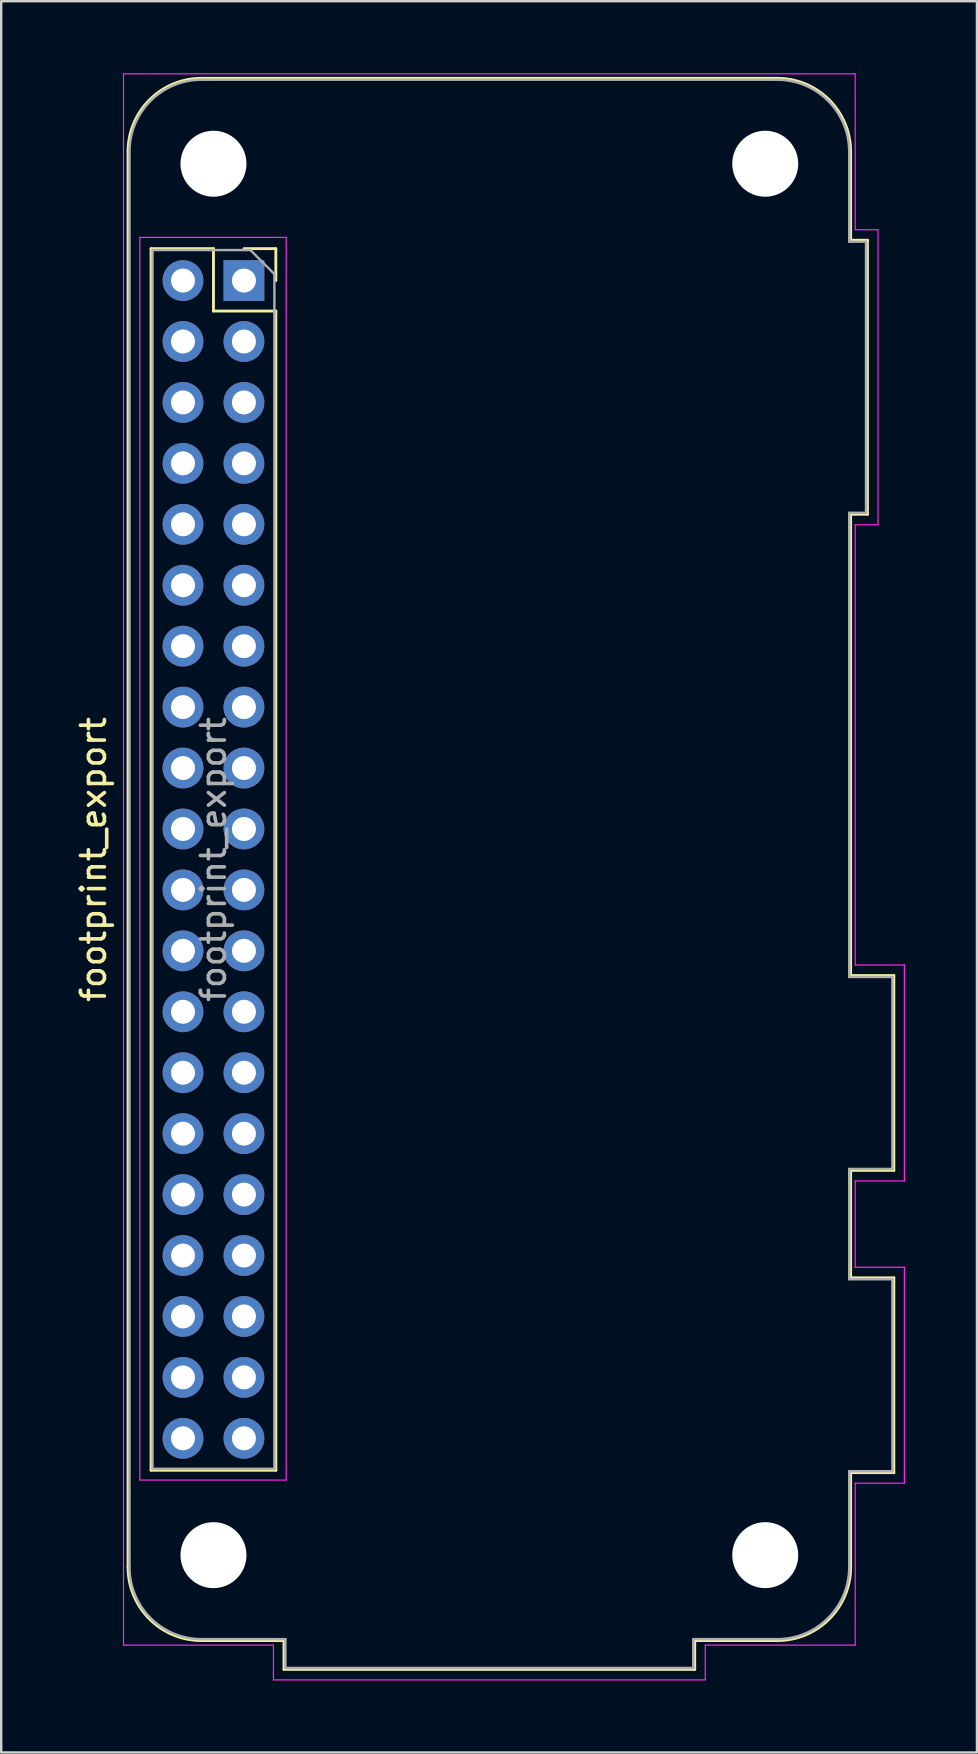
<source format=kicad_pcb>
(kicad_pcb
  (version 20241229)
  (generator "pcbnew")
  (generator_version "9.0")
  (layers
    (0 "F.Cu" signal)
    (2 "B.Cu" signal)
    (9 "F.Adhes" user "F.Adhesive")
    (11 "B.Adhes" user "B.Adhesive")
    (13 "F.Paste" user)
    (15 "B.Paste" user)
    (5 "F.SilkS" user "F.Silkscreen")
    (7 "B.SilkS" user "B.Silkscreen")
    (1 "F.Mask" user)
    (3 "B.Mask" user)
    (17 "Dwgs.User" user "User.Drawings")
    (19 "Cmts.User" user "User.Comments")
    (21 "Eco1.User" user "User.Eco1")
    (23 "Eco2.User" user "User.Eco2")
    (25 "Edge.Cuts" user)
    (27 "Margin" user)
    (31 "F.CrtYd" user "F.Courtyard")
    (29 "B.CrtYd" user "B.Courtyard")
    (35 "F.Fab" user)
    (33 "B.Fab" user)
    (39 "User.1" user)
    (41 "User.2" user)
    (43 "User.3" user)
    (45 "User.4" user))
  (footprint "footprint_export"
    (layer "F.Cu")
    (at 7.118 8.645)
    (property "Reference" "footprint_export" (at -6.27 24.13 90) (layer "F.SilkS") (effects (font (size 1 1) (thickness 0.15))))
    (attr through_hole)
    (fp_line (start -4.83 53.63) (end -4.83 -5.37) (stroke (width 0.12) (type solid)) (layer "F.SilkS"))
    (fp_line (start -3.87 -1.33) (end -3.87 49.59) (stroke (width 0.12) (type solid)) (layer "F.SilkS"))
    (fp_line (start -3.87 -1.33) (end -1.27 -1.33) (stroke (width 0.12) (type solid)) (layer "F.SilkS"))
    (fp_line (start -3.87 49.59) (end 1.33 49.59) (stroke (width 0.12) (type solid)) (layer "F.SilkS"))
    (fp_line (start -1.77 -8.43) (end 22.23 -8.43) (stroke (width 0.12) (type solid)) (layer "F.SilkS"))
    (fp_line (start -1.27 -1.33) (end -1.27 1.27) (stroke (width 0.12) (type solid)) (layer "F.SilkS"))
    (fp_line (start -1.27 1.27) (end 1.33 1.27) (stroke (width 0.12) (type solid)) (layer "F.SilkS"))
    (fp_line (start 0 -1.33) (end 1.33 -1.33) (stroke (width 0.12) (type solid)) (layer "F.SilkS"))
    (fp_line (start 1.33 -1.33) (end 1.33 0) (stroke (width 0.12) (type solid)) (layer "F.SilkS"))
    (fp_line (start 1.33 1.27) (end 1.33 49.59) (stroke (width 0.12) (type solid)) (layer "F.SilkS"))
    (fp_line (start 1.67 56.69) (end -1.77 56.69) (stroke (width 0.12) (type solid)) (layer "F.SilkS"))
    (fp_line (start 1.67 56.69) (end 1.67 57.89) (stroke (width 0.12) (type solid)) (layer "F.SilkS"))
    (fp_line (start 1.67 57.89) (end 18.79 57.89) (stroke (width 0.12) (type solid)) (layer "F.SilkS"))
    (fp_line (start 18.79 56.69) (end 22.23 56.69) (stroke (width 0.12) (type solid)) (layer "F.SilkS"))
    (fp_line (start 18.79 57.89) (end 18.79 56.69) (stroke (width 0.12) (type solid)) (layer "F.SilkS"))
    (fp_line (start 25.29 -1.68) (end 25.29 -5.37) (stroke (width 0.12) (type solid)) (layer "F.SilkS"))
    (fp_line (start 25.29 9.74) (end 25.99 9.74) (stroke (width 0.12) (type solid)) (layer "F.SilkS"))
    (fp_line (start 25.29 28.97) (end 25.29 9.74) (stroke (width 0.12) (type solid)) (layer "F.SilkS"))
    (fp_line (start 25.29 37.09) (end 27.09 37.09) (stroke (width 0.12) (type solid)) (layer "F.SilkS"))
    (fp_line (start 25.29 41.57) (end 25.29 37.09) (stroke (width 0.12) (type solid)) (layer "F.SilkS"))
    (fp_line (start 25.29 49.69) (end 27.09 49.69) (stroke (width 0.12) (type solid)) (layer "F.SilkS"))
    (fp_line (start 25.29 53.63) (end 25.29 49.69) (stroke (width 0.12) (type solid)) (layer "F.SilkS"))
    (fp_line (start 25.99 -1.68) (end 25.29 -1.68) (stroke (width 0.12) (type solid)) (layer "F.SilkS"))
    (fp_line (start 25.99 9.74) (end 25.99 -1.68) (stroke (width 0.12) (type solid)) (layer "F.SilkS"))
    (fp_line (start 27.09 28.97) (end 25.29 28.97) (stroke (width 0.12) (type solid)) (layer "F.SilkS"))
    (fp_line (start 27.09 37.09) (end 27.09 28.97) (stroke (width 0.12) (type solid)) (layer "F.SilkS"))
    (fp_line (start 27.09 41.57) (end 25.29 41.57) (stroke (width 0.12) (type solid)) (layer "F.SilkS"))
    (fp_line (start 27.09 49.69) (end 27.09 41.57) (stroke (width 0.12) (type solid)) (layer "F.SilkS"))
    (fp_arc (start -4.83 -5.37) (mid -3.933747 -7.533747) (end -1.77 -8.43) (stroke (width 0.12) (type solid)) (layer "F.SilkS"))
    (fp_arc (start -1.77 56.69) (mid -3.933747 55.793747) (end -4.83 53.63) (stroke (width 0.12) (type solid)) (layer "F.SilkS"))
    (fp_arc (start 22.23 -8.43) (mid 24.393747 -7.533747) (end 25.29 -5.37) (stroke (width 0.12) (type solid)) (layer "F.SilkS"))
    (fp_arc (start 25.29 53.63) (mid 24.393747 55.793747) (end 22.23 56.69) (stroke (width 0.12) (type solid)) (layer "F.SilkS"))
    (fp_line (start -5.02 -8.62) (end 25.48 -8.62) (stroke (width 0.05) (type solid)) (layer "F.CrtYd"))
    (fp_line (start -5.02 56.88) (end -5.02 -8.62) (stroke (width 0.05) (type solid)) (layer "F.CrtYd"))
    (fp_line (start -5.02 56.88) (end 1.23 56.88) (stroke (width 0.05) (type solid)) (layer "F.CrtYd"))
    (fp_line (start -4.34 -1.8) (end 1.76 -1.8) (stroke (width 0.05) (type solid)) (layer "F.CrtYd"))
    (fp_line (start -4.34 50) (end -4.34 -1.8) (stroke (width 0.05) (type solid)) (layer "F.CrtYd"))
    (fp_line (start 1.23 58.33) (end 1.23 56.88) (stroke (width 0.05) (type solid)) (layer "F.CrtYd"))
    (fp_line (start 1.76 -1.8) (end 1.76 50) (stroke (width 0.05) (type solid)) (layer "F.CrtYd"))
    (fp_line (start 1.76 50) (end -4.34 50) (stroke (width 0.05) (type solid)) (layer "F.CrtYd"))
    (fp_line (start 19.23 56.88) (end 25.48 56.88) (stroke (width 0.05) (type solid)) (layer "F.CrtYd"))
    (fp_line (start 19.23 58.33) (end 1.23 58.33) (stroke (width 0.05) (type solid)) (layer "F.CrtYd"))
    (fp_line (start 19.23 58.33) (end 19.23 56.88) (stroke (width 0.05) (type solid)) (layer "F.CrtYd"))
    (fp_line (start 25.48 -2.12) (end 25.48 -8.62) (stroke (width 0.05) (type solid)) (layer "F.CrtYd"))
    (fp_line (start 25.48 28.53) (end 25.48 10.18) (stroke (width 0.05) (type solid)) (layer "F.CrtYd"))
    (fp_line (start 25.48 37.53) (end 25.48 41.13) (stroke (width 0.05) (type solid)) (layer "F.CrtYd"))
    (fp_line (start 25.48 50.13) (end 25.48 56.88) (stroke (width 0.05) (type solid)) (layer "F.CrtYd"))
    (fp_line (start 26.43 -2.12) (end 25.48 -2.12) (stroke (width 0.05) (type solid)) (layer "F.CrtYd"))
    (fp_line (start 26.43 -2.12) (end 26.43 10.18) (stroke (width 0.05) (type solid)) (layer "F.CrtYd"))
    (fp_line (start 26.43 10.18) (end 25.48 10.18) (stroke (width 0.05) (type solid)) (layer "F.CrtYd"))
    (fp_line (start 27.53 28.53) (end 25.48 28.53) (stroke (width 0.05) (type solid)) (layer "F.CrtYd"))
    (fp_line (start 27.53 37.53) (end 25.48 37.53) (stroke (width 0.05) (type solid)) (layer "F.CrtYd"))
    (fp_line (start 27.53 37.53) (end 27.53 28.53) (stroke (width 0.05) (type solid)) (layer "F.CrtYd"))
    (fp_line (start 27.53 41.13) (end 25.48 41.13) (stroke (width 0.05) (type solid)) (layer "F.CrtYd"))
    (fp_line (start 27.53 50.13) (end 25.48 50.13) (stroke (width 0.05) (type solid)) (layer "F.CrtYd"))
    (fp_line (start 27.53 50.13) (end 27.53 41.13) (stroke (width 0.05) (type solid)) (layer "F.CrtYd"))
    (fp_line (start -4.77 53.63) (end -4.77 -5.37) (stroke (width 0.1) (type solid)) (layer "F.Fab"))
    (fp_line (start -3.81 -1.27) (end 0.27 -1.27) (stroke (width 0.1) (type solid)) (layer "F.Fab"))
    (fp_line (start -3.81 49.53) (end -3.81 -1.27) (stroke (width 0.1) (type solid)) (layer "F.Fab"))
    (fp_line (start -1.77 -8.37) (end 22.23 -8.37) (stroke (width 0.1) (type solid)) (layer "F.Fab"))
    (fp_line (start -1.77 56.63) (end 1.73 56.63) (stroke (width 0.1) (type solid)) (layer "F.Fab"))
    (fp_line (start 0.27 -1.27) (end 1.27 -0.27) (stroke (width 0.1) (type solid)) (layer "F.Fab"))
    (fp_line (start 1.27 -0.27) (end 1.27 49.53) (stroke (width 0.1) (type solid)) (layer "F.Fab"))
    (fp_line (start 1.27 49.53) (end -3.81 49.53) (stroke (width 0.1) (type solid)) (layer "F.Fab"))
    (fp_line (start 1.73 56.63) (end 1.73 57.83) (stroke (width 0.1) (type solid)) (layer "F.Fab"))
    (fp_line (start 1.73 57.83) (end 18.73 57.83) (stroke (width 0.1) (type solid)) (layer "F.Fab"))
    (fp_line (start 18.73 56.63) (end 18.73 57.83) (stroke (width 0.1) (type solid)) (layer "F.Fab"))
    (fp_line (start 22.23 56.63) (end 18.73 56.63) (stroke (width 0.1) (type solid)) (layer "F.Fab"))
    (fp_line (start 25.23 -1.62) (end 25.23 -5.37) (stroke (width 0.1) (type solid)) (layer "F.Fab"))
    (fp_line (start 25.23 -1.62) (end 25.93 -1.62) (stroke (width 0.1) (type solid)) (layer "F.Fab"))
    (fp_line (start 25.23 9.68) (end 25.93 9.68) (stroke (width 0.1) (type solid)) (layer "F.Fab"))
    (fp_line (start 25.23 29.03) (end 25.23 9.68) (stroke (width 0.1) (type solid)) (layer "F.Fab"))
    (fp_line (start 25.23 37.03) (end 27.03 37.03) (stroke (width 0.1) (type solid)) (layer "F.Fab"))
    (fp_line (start 25.23 41.63) (end 25.23 37.03) (stroke (width 0.1) (type solid)) (layer "F.Fab"))
    (fp_line (start 25.23 49.63) (end 25.23 53.63) (stroke (width 0.1) (type solid)) (layer "F.Fab"))
    (fp_line (start 25.23 49.63) (end 27.03 49.63) (stroke (width 0.1) (type solid)) (layer "F.Fab"))
    (fp_line (start 25.93 9.68) (end 25.93 -1.62) (stroke (width 0.1) (type solid)) (layer "F.Fab"))
    (fp_line (start 27.03 29.03) (end 25.23 29.03) (stroke (width 0.1) (type solid)) (layer "F.Fab"))
    (fp_line (start 27.03 37.03) (end 27.03 29.03) (stroke (width 0.1) (type solid)) (layer "F.Fab"))
    (fp_line (start 27.03 41.63) (end 25.23 41.63) (stroke (width 0.1) (type solid)) (layer "F.Fab"))
    (fp_line (start 27.03 49.63) (end 27.03 41.63) (stroke (width 0.1) (type solid)) (layer "F.Fab"))
    (fp_arc (start -4.77 -5.37) (mid -3.89132 -7.49132) (end -1.77 -8.37) (stroke (width 0.1) (type solid)) (layer "F.Fab"))
    (fp_arc (start -1.77 56.63) (mid -3.89132 55.75132) (end -4.77 53.63) (stroke (width 0.1) (type solid)) (layer "F.Fab"))
    (fp_arc (start 22.23 -8.37) (mid 24.35132 -7.49132) (end 25.23 -5.37) (stroke (width 0.1) (type solid)) (layer "F.Fab"))
    (fp_arc (start 25.23 53.63) (mid 24.35132 55.75132) (end 22.23 56.63) (stroke (width 0.1) (type solid)) (layer "F.Fab"))
    (fp_text user "${REFERENCE}" (at -1.27 24.13 90) (layer "F.Fab") (effects (font (size 1 1) (thickness 0.15))))
    (pad "" np_thru_hole circle (at -1.27 -4.87 90) (size 2.75 2.75) (drill 2.75) (layers "*.Cu" "*.Mask"))
    (pad "" np_thru_hole circle (at -1.27 53.13 90) (size 2.75 2.75) (drill 2.75) (layers "*.Cu" "*.Mask"))
    (pad "" np_thru_hole circle (at 21.73 -4.87 90) (size 2.75 2.75) (drill 2.75) (layers "*.Cu" "*.Mask"))
    (pad "" np_thru_hole circle (at 21.73 53.13 90) (size 2.75 2.75) (drill 2.75) (layers "*.Cu" "*.Mask"))
    (pad "1" thru_hole rect (at 0 0) (size 1.7 1.7) (drill 1) (layers "*.Cu" "*.Mask"))
    (pad "2" thru_hole oval (at -2.54 0) (size 1.7 1.7) (drill 1) (layers "*.Cu" "*.Mask"))
    (pad "3" thru_hole oval (at 0 2.54) (size 1.7 1.7) (drill 1) (layers "*.Cu" "*.Mask"))
    (pad "4" thru_hole oval (at -2.54 2.54) (size 1.7 1.7) (drill 1) (layers "*.Cu" "*.Mask"))
    (pad "5" thru_hole oval (at 0 5.08) (size 1.7 1.7) (drill 1) (layers "*.Cu" "*.Mask"))
    (pad "6" thru_hole oval (at -2.54 5.08) (size 1.7 1.7) (drill 1) (layers "*.Cu" "*.Mask"))
    (pad "7" thru_hole oval (at 0 7.62) (size 1.7 1.7) (drill 1) (layers "*.Cu" "*.Mask"))
    (pad "8" thru_hole oval (at -2.54 7.62) (size 1.7 1.7) (drill 1) (layers "*.Cu" "*.Mask"))
    (pad "9" thru_hole oval (at 0 10.16) (size 1.7 1.7) (drill 1) (layers "*.Cu" "*.Mask"))
    (pad "10" thru_hole oval (at -2.54 10.16) (size 1.7 1.7) (drill 1) (layers "*.Cu" "*.Mask"))
    (pad "11" thru_hole oval (at 0 12.7) (size 1.7 1.7) (drill 1) (layers "*.Cu" "*.Mask"))
    (pad "12" thru_hole oval (at -2.54 12.7) (size 1.7 1.7) (drill 1) (layers "*.Cu" "*.Mask"))
    (pad "13" thru_hole oval (at 0 15.24) (size 1.7 1.7) (drill 1) (layers "*.Cu" "*.Mask"))
    (pad "14" thru_hole oval (at -2.54 15.24) (size 1.7 1.7) (drill 1) (layers "*.Cu" "*.Mask"))
    (pad "15" thru_hole oval (at 0 17.78) (size 1.7 1.7) (drill 1) (layers "*.Cu" "*.Mask"))
    (pad "16" thru_hole oval (at -2.54 17.78) (size 1.7 1.7) (drill 1) (layers "*.Cu" "*.Mask"))
    (pad "17" thru_hole oval (at 0 20.32) (size 1.7 1.7) (drill 1) (layers "*.Cu" "*.Mask"))
    (pad "18" thru_hole oval (at -2.54 20.32) (size 1.7 1.7) (drill 1) (layers "*.Cu" "*.Mask"))
    (pad "19" thru_hole oval (at 0 22.86) (size 1.7 1.7) (drill 1) (layers "*.Cu" "*.Mask"))
    (pad "20" thru_hole oval (at -2.54 22.86) (size 1.7 1.7) (drill 1) (layers "*.Cu" "*.Mask"))
    (pad "21" thru_hole oval (at 0 25.4) (size 1.7 1.7) (drill 1) (layers "*.Cu" "*.Mask"))
    (pad "22" thru_hole oval (at -2.54 25.4) (size 1.7 1.7) (drill 1) (layers "*.Cu" "*.Mask"))
    (pad "23" thru_hole oval (at 0 27.94) (size 1.7 1.7) (drill 1) (layers "*.Cu" "*.Mask"))
    (pad "24" thru_hole oval (at -2.54 27.94) (size 1.7 1.7) (drill 1) (layers "*.Cu" "*.Mask"))
    (pad "25" thru_hole oval (at 0 30.48) (size 1.7 1.7) (drill 1) (layers "*.Cu" "*.Mask"))
    (pad "26" thru_hole oval (at -2.54 30.48) (size 1.7 1.7) (drill 1) (layers "*.Cu" "*.Mask"))
    (pad "27" thru_hole oval (at 0 33.02) (size 1.7 1.7) (drill 1) (layers "*.Cu" "*.Mask"))
    (pad "28" thru_hole oval (at -2.54 33.02) (size 1.7 1.7) (drill 1) (layers "*.Cu" "*.Mask"))
    (pad "29" thru_hole oval (at 0 35.56) (size 1.7 1.7) (drill 1) (layers "*.Cu" "*.Mask"))
    (pad "30" thru_hole oval (at -2.54 35.56) (size 1.7 1.7) (drill 1) (layers "*.Cu" "*.Mask"))
    (pad "31" thru_hole oval (at 0 38.1) (size 1.7 1.7) (drill 1) (layers "*.Cu" "*.Mask"))
    (pad "32" thru_hole oval (at -2.54 38.1) (size 1.7 1.7) (drill 1) (layers "*.Cu" "*.Mask"))
    (pad "33" thru_hole oval (at 0 40.64) (size 1.7 1.7) (drill 1) (layers "*.Cu" "*.Mask"))
    (pad "34" thru_hole oval (at -2.54 40.64) (size 1.7 1.7) (drill 1) (layers "*.Cu" "*.Mask"))
    (pad "35" thru_hole oval (at 0 43.18) (size 1.7 1.7) (drill 1) (layers "*.Cu" "*.Mask"))
    (pad "36" thru_hole oval (at -2.54 43.18) (size 1.7 1.7) (drill 1) (layers "*.Cu" "*.Mask"))
    (pad "37" thru_hole oval (at 0 45.72) (size 1.7 1.7) (drill 1) (layers "*.Cu" "*.Mask"))
    (pad "38" thru_hole oval (at -2.54 45.72) (size 1.7 1.7) (drill 1) (layers "*.Cu" "*.Mask"))
    (pad "39" thru_hole oval (at 0 48.26) (size 1.7 1.7) (drill 1) (layers "*.Cu" "*.Mask"))
    (pad "40" thru_hole oval (at -2.54 48.26) (size 1.7 1.7) (drill 1) (layers "*.Cu" "*.Mask")))
  (gr_rect
    (start -3 -3)
    (end 37.673 70)
    (stroke (width 0.1) (type default))
    (fill no)
    (layer "Edge.Cuts")))
</source>
